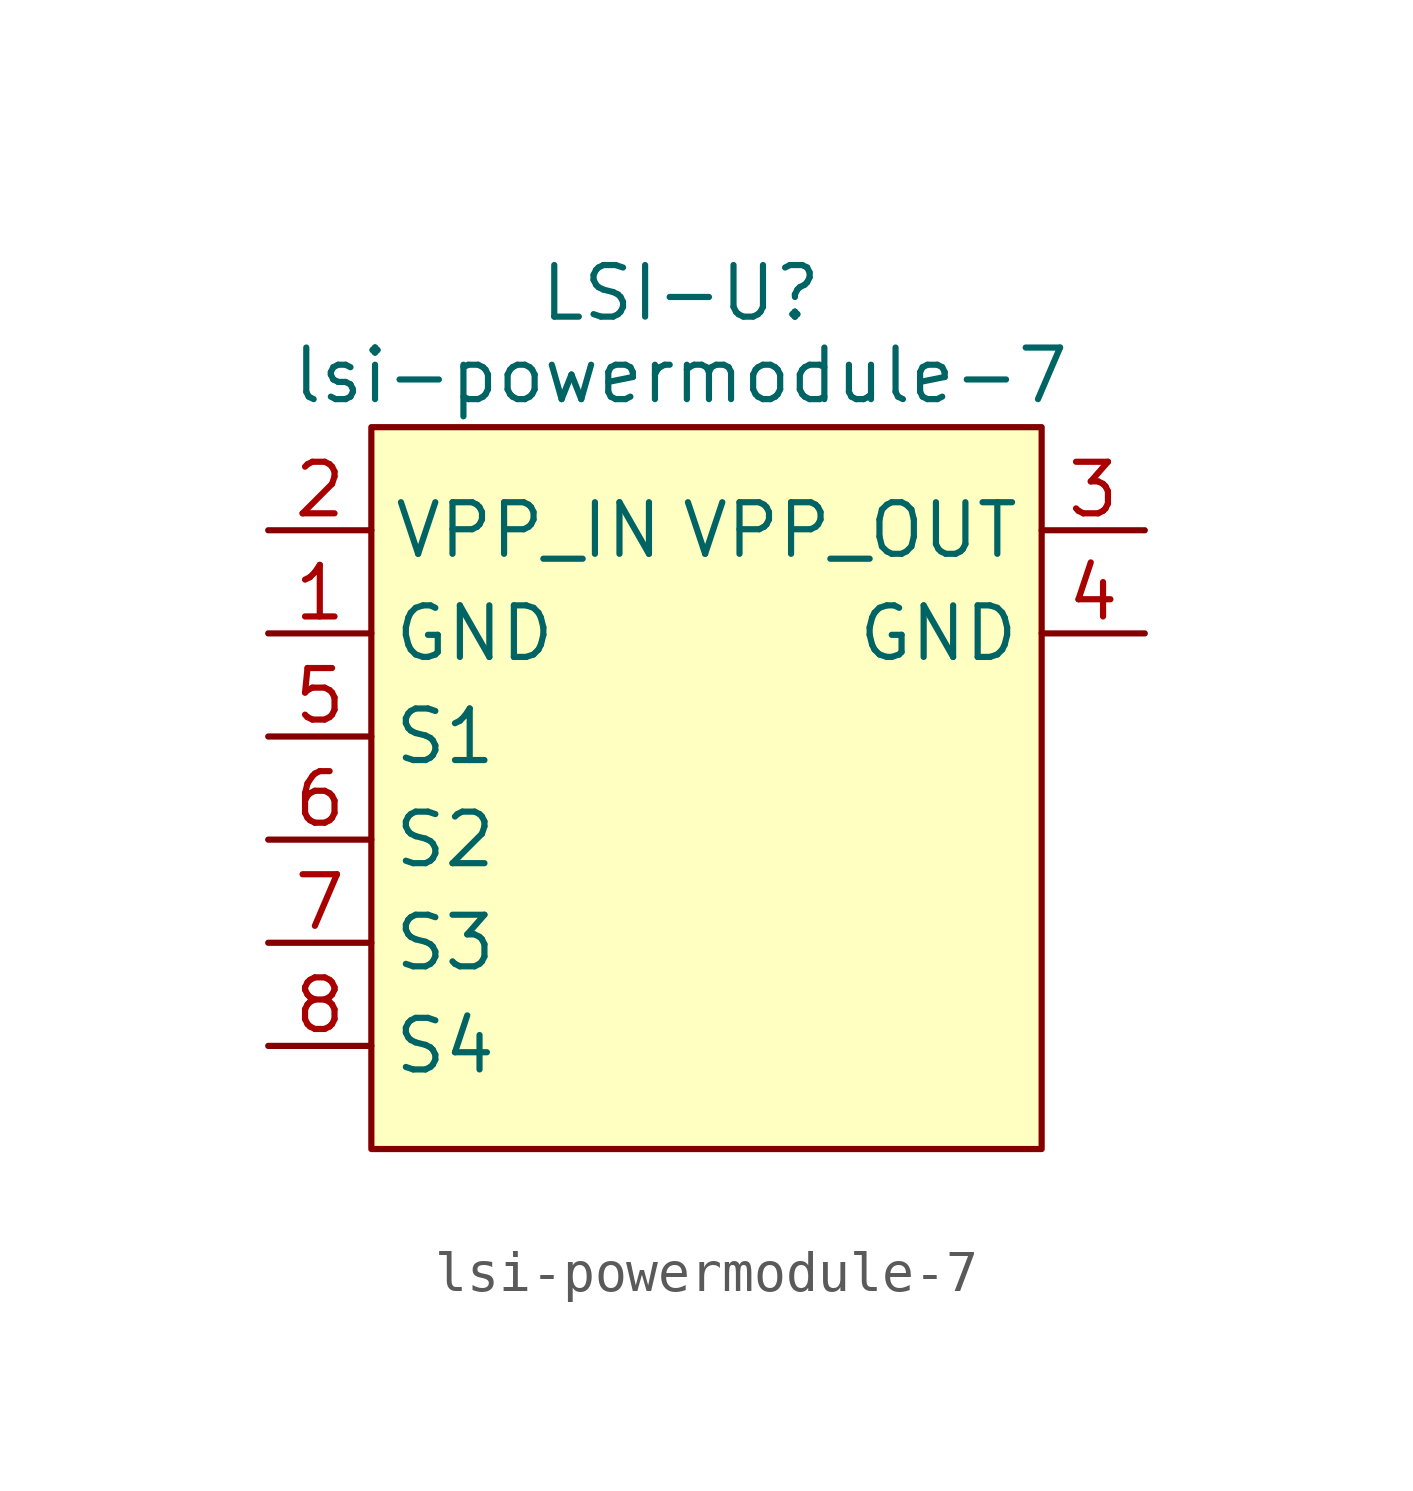
<source format=kicad_sym>
(kicad_symbol_lib
  (version 20231120)
  (generator "kicad_symbol_editor")
  (generator_version "8.0")
  (symbol "lsi-powermodule-7"
    (property "Reference" "LSI-U"
      (at 0 2.032 0)
      (effects (font (size 1.27 1.27))))
    (property "Value" "lsi-powermodule-7"
      (at 0 0 0)
      (effects (font (size 1.27 1.27))))
    (symbol "lsi-powermodule-7_1_1"
      (rectangle (start -7.62 -1.27) (end 8.89 -19.05) (stroke (width 0) (type default)) (fill (type background)))
      (pin input line (at -10.16 -6.35 0) (length 2.54) (name "GND" (effects (font (size 1.27 1.27)))) (number "1" (effects (font (size 1.27 1.27)))))
      (pin input line (at -10.16 -3.81 0) (length 2.54) (name "VPP_IN" (effects (font (size 1.27 1.27)))) (number "2" (effects (font (size 1.27 1.27)))))
      (pin output line (at 11.43 -3.81 180) (length 2.54) (name "VPP_OUT" (effects (font (size 1.27 1.27)))) (number "3" (effects (font (size 1.27 1.27)))))
      (pin output line (at 11.43 -6.35 180) (length 2.54) (name "GND" (effects (font (size 1.27 1.27)))) (number "4" (effects (font (size 1.27 1.27)))))
      (pin input line (at -10.16 -8.89 0) (length 2.54) (name "S1" (effects (font (size 1.27 1.27)))) (number "5" (effects (font (size 1.27 1.27)))))
      (pin input line (at -10.16 -11.43 0) (length 2.54) (name "S2" (effects (font (size 1.27 1.27)))) (number "6" (effects (font (size 1.27 1.27)))))
      (pin input line (at -10.16 -13.97 0) (length 2.54) (name "S3" (effects (font (size 1.27 1.27)))) (number "7" (effects (font (size 1.27 1.27)))))
      (pin input line (at -10.16 -16.51 0) (length 2.54) (name "S4" (effects (font (size 1.27 1.27)))) (number "8" (effects (font (size 1.27 1.27))))))))
</source>
